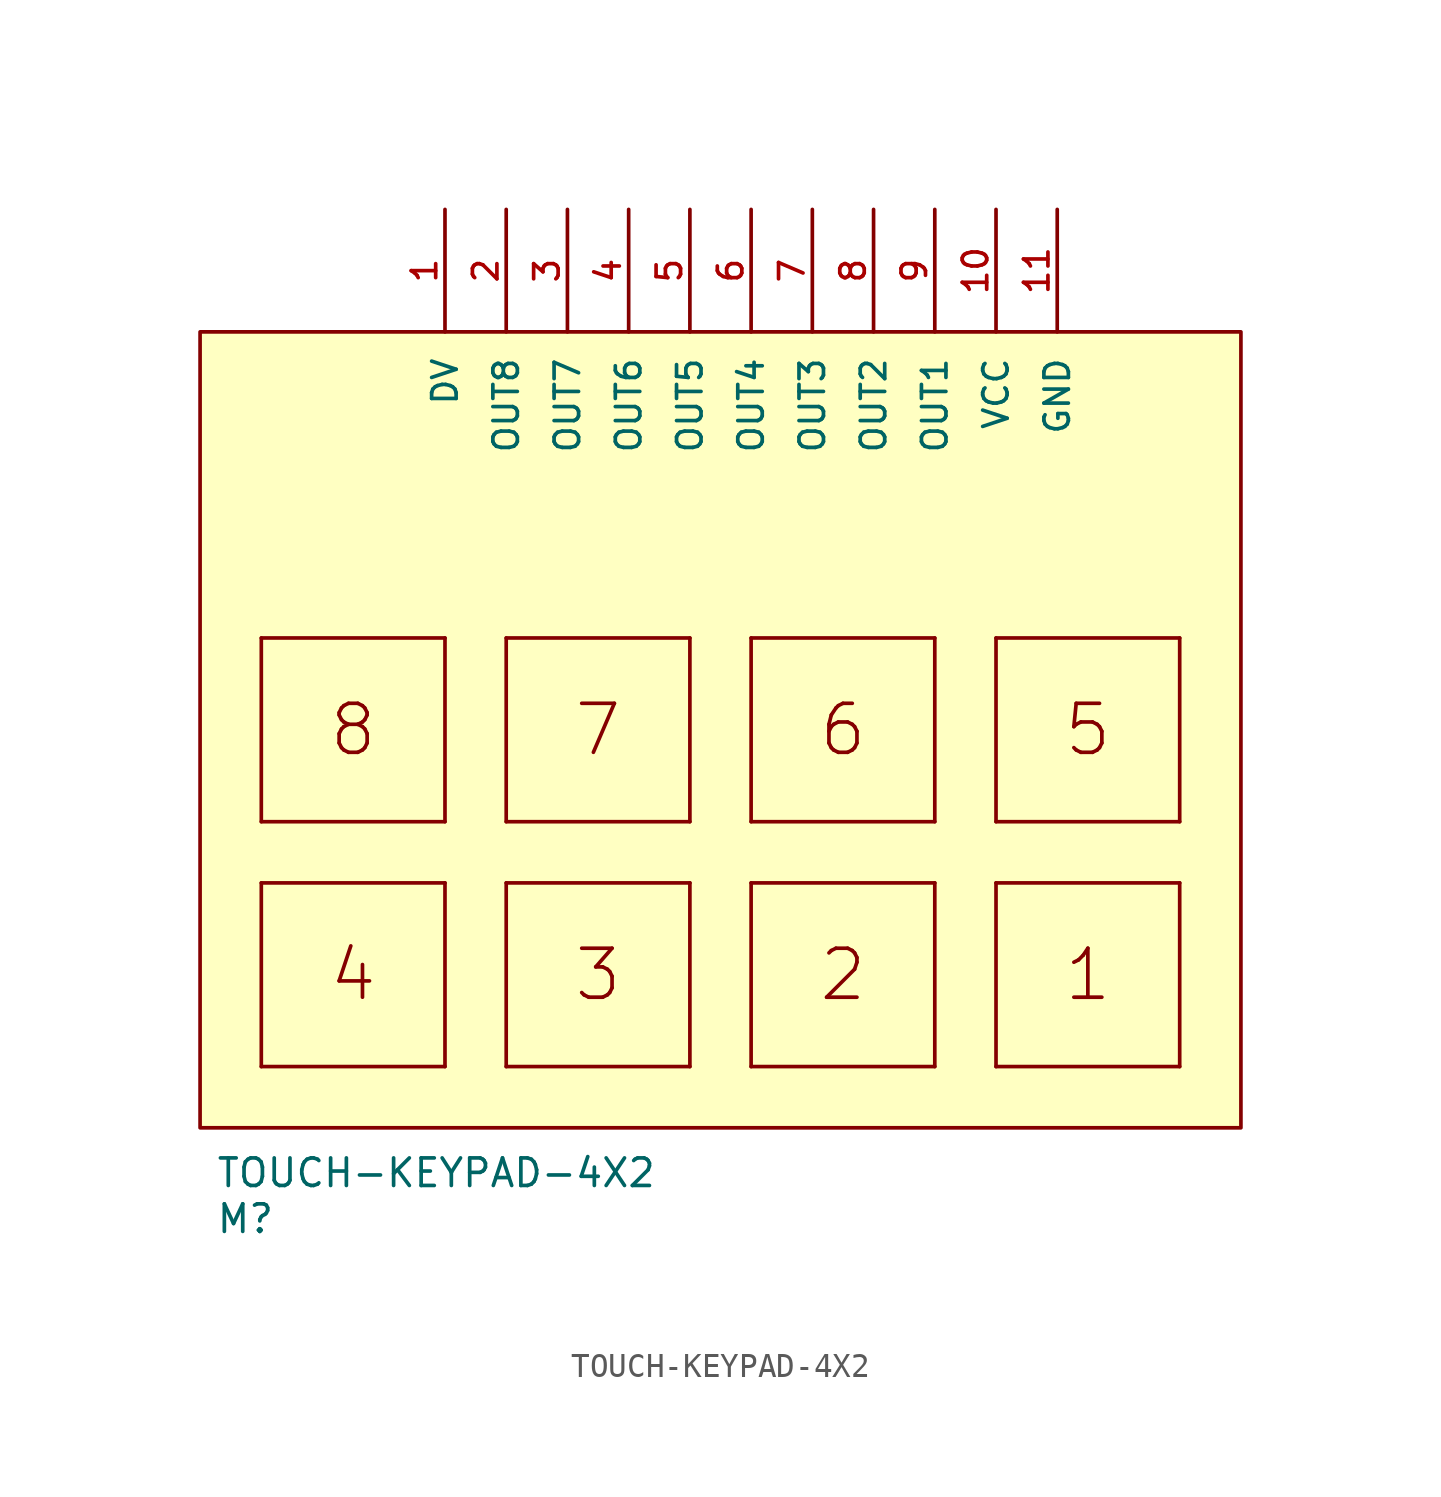
<source format=kicad_sym>
(kicad_symbol_lib
  (version 20231120)
  (generator "kicad_symbol_editor")
  (generator_version "8.0")
  (symbol "TOUCH-KEYPAD-4X2"
    (pin_names
      (offset 1.016))
    (property "Reference" "M"
      (at -22.225 -22.225 0)
      (effects (font (size 1.143 1.143)) (justify left bottom)))
    (property "Value" "TOUCH-KEYPAD-4X2"
      (at -22.225 -20.32 0)
      (effects (font (size 1.143 1.143)) (justify left bottom)))
    (property "ki_locked" ""
      (at 0 0 0)
      (effects (font (size 1.27 1.27))))
    (symbol "TOUCH-KEYPAD-4X2_1_0"
      (polyline (pts (xy -20.32 -15.24) (xy -20.32 -7.62)) (stroke (width 0) (type default)) (fill (type none)))
      (polyline (pts (xy -20.32 -7.62) (xy -12.7 -7.62)) (stroke (width 0) (type default)) (fill (type none)))
      (polyline (pts (xy -20.32 -5.08) (xy -20.32 2.54)) (stroke (width 0) (type default)) (fill (type none)))
      (polyline (pts (xy -20.32 2.54) (xy -12.7 2.54)) (stroke (width 0) (type default)) (fill (type none)))
      (polyline (pts (xy -12.7 -15.24) (xy -20.32 -15.24)) (stroke (width 0) (type default)) (fill (type none)))
      (polyline (pts (xy -12.7 -7.62) (xy -12.7 -15.24)) (stroke (width 0) (type default)) (fill (type none)))
      (polyline (pts (xy -12.7 -5.08) (xy -20.32 -5.08)) (stroke (width 0) (type default)) (fill (type none)))
      (polyline (pts (xy -12.7 2.54) (xy -12.7 -5.08)) (stroke (width 0) (type default)) (fill (type none)))
      (polyline (pts (xy -10.16 -15.24) (xy -10.16 -7.62)) (stroke (width 0) (type default)) (fill (type none)))
      (polyline (pts (xy -10.16 -7.62) (xy -2.54 -7.62)) (stroke (width 0) (type default)) (fill (type none)))
      (polyline (pts (xy -10.16 -5.08) (xy -10.16 2.54)) (stroke (width 0) (type default)) (fill (type none)))
      (polyline (pts (xy -10.16 2.54) (xy -2.54 2.54)) (stroke (width 0) (type default)) (fill (type none)))
      (polyline (pts (xy -2.54 -15.24) (xy -10.16 -15.24)) (stroke (width 0) (type default)) (fill (type none)))
      (polyline (pts (xy -2.54 -7.62) (xy -2.54 -15.24)) (stroke (width 0) (type default)) (fill (type none)))
      (polyline (pts (xy -2.54 -5.08) (xy -10.16 -5.08)) (stroke (width 0) (type default)) (fill (type none)))
      (polyline (pts (xy -2.54 2.54) (xy -2.54 -5.08)) (stroke (width 0) (type default)) (fill (type none)))
      (polyline (pts (xy 0 -15.24) (xy 0 -7.62)) (stroke (width 0) (type default)) (fill (type none)))
      (polyline (pts (xy 0 -7.62) (xy 7.62 -7.62)) (stroke (width 0) (type default)) (fill (type none)))
      (polyline (pts (xy 0 -5.08) (xy 0 2.54)) (stroke (width 0) (type default)) (fill (type none)))
      (polyline (pts (xy 0 2.54) (xy 7.62 2.54)) (stroke (width 0) (type default)) (fill (type none)))
      (polyline (pts (xy 7.62 -15.24) (xy 0 -15.24)) (stroke (width 0) (type default)) (fill (type none)))
      (polyline (pts (xy 7.62 -7.62) (xy 7.62 -15.24)) (stroke (width 0) (type default)) (fill (type none)))
      (polyline (pts (xy 7.62 -5.08) (xy 0 -5.08)) (stroke (width 0) (type default)) (fill (type none)))
      (polyline (pts (xy 7.62 2.54) (xy 7.62 -5.08)) (stroke (width 0) (type default)) (fill (type none)))
      (polyline (pts (xy 10.16 -15.24) (xy 10.16 -7.62)) (stroke (width 0) (type default)) (fill (type none)))
      (polyline (pts (xy 10.16 -7.62) (xy 17.78 -7.62)) (stroke (width 0) (type default)) (fill (type none)))
      (polyline (pts (xy 10.16 -5.08) (xy 10.16 2.54)) (stroke (width 0) (type default)) (fill (type none)))
      (polyline (pts (xy 10.16 2.54) (xy 17.78 2.54)) (stroke (width 0) (type default)) (fill (type none)))
      (polyline (pts (xy 17.78 -15.24) (xy 10.16 -15.24)) (stroke (width 0) (type default)) (fill (type none)))
      (polyline (pts (xy 17.78 -7.62) (xy 17.78 -15.24)) (stroke (width 0) (type default)) (fill (type none)))
      (polyline (pts (xy 17.78 -5.08) (xy 10.16 -5.08)) (stroke (width 0) (type default)) (fill (type none)))
      (polyline (pts (xy 17.78 2.54) (xy 17.78 -5.08)) (stroke (width 0) (type default)) (fill (type none)))
      (text "1" (at 13.97 -11.43 0) (effects (font (size 2.032 2.032))))
      (text "2" (at 3.81 -11.43 0) (effects (font (size 2.032 2.032))))
      (text "3" (at -6.35 -11.43 0) (effects (font (size 2.032 2.032))))
      (text "4" (at -16.51 -11.43 0) (effects (font (size 2.032 2.032))))
      (text "5" (at 13.97 -1.27 0) (effects (font (size 2.032 2.032))))
      (text "6" (at 3.81 -1.27 0) (effects (font (size 2.032 2.032))))
      (text "7" (at -6.35 -1.27 0) (effects (font (size 2.032 2.032))))
      (text "8" (at -16.51 -1.27 0) (effects (font (size 2.032 2.032)))))
    (symbol "TOUCH-KEYPAD-4X2_1_1"
      (rectangle (start -22.86 15.24) (end 20.32 -17.78) (stroke (width 0) (type default)) (fill (type background)))
      (pin bidirectional line (at -12.7 20.32 270) (length 5.08) (name "DV" (effects (font (size 1.016 1.016)))) (number "1" (effects (font (size 1.016 1.016)))))
      (pin power_in line (at 10.16 20.32 270) (length 5.08) (name "VCC" (effects (font (size 1.016 1.016)))) (number "10" (effects (font (size 1.016 1.016)))))
      (pin power_in line (at 12.7 20.32 270) (length 5.08) (name "GND" (effects (font (size 1.016 1.016)))) (number "11" (effects (font (size 1.016 1.016)))))
      (pin bidirectional line (at -10.16 20.32 270) (length 5.08) (name "OUT8" (effects (font (size 1.016 1.016)))) (number "2" (effects (font (size 1.016 1.016)))))
      (pin bidirectional line (at -7.62 20.32 270) (length 5.08) (name "OUT7" (effects (font (size 1.016 1.016)))) (number "3" (effects (font (size 1.016 1.016)))))
      (pin bidirectional line (at -5.08 20.32 270) (length 5.08) (name "OUT6" (effects (font (size 1.016 1.016)))) (number "4" (effects (font (size 1.016 1.016)))))
      (pin bidirectional line (at -2.54 20.32 270) (length 5.08) (name "OUT5" (effects (font (size 1.016 1.016)))) (number "5" (effects (font (size 1.016 1.016)))))
      (pin bidirectional line (at 0 20.32 270) (length 5.08) (name "OUT4" (effects (font (size 1.016 1.016)))) (number "6" (effects (font (size 1.016 1.016)))))
      (pin bidirectional line (at 2.54 20.32 270) (length 5.08) (name "OUT3" (effects (font (size 1.016 1.016)))) (number "7" (effects (font (size 1.016 1.016)))))
      (pin bidirectional line (at 5.08 20.32 270) (length 5.08) (name "OUT2" (effects (font (size 1.016 1.016)))) (number "8" (effects (font (size 1.016 1.016)))))
      (pin bidirectional line (at 7.62 20.32 270) (length 5.08) (name "OUT1" (effects (font (size 1.016 1.016)))) (number "9" (effects (font (size 1.016 1.016))))))))
</source>
